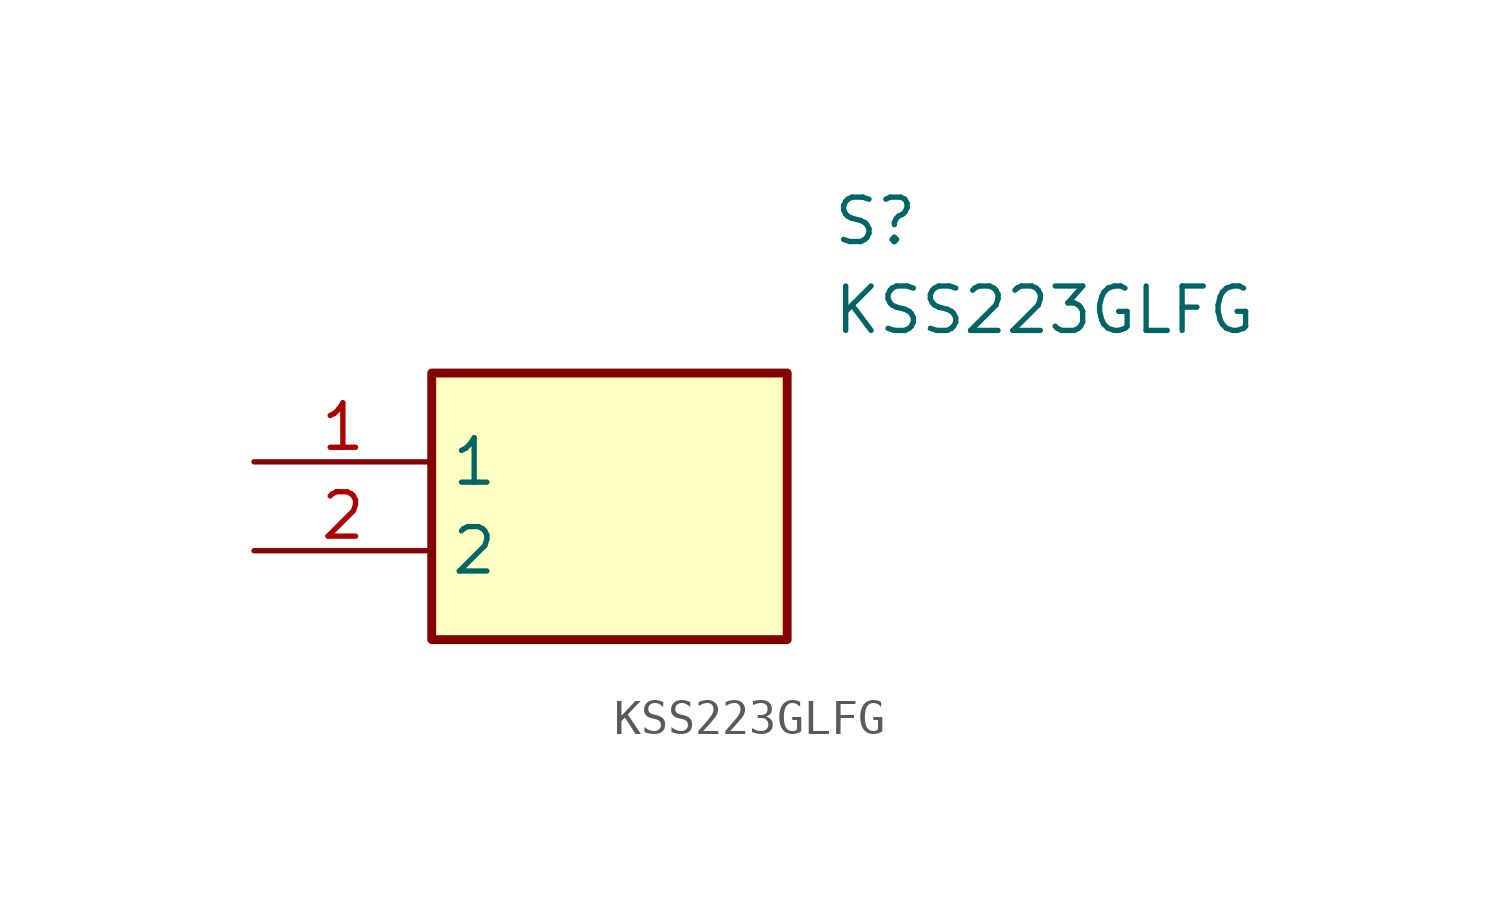
<source format=kicad_sym>
(kicad_symbol_lib
  (version 20211014)
  (generator SamacSys_ECAD_Model)
  (symbol "KSS223GLFG"
    (property "Reference" "S"
      (at 16.51 7.62 0)
      (effects (font (size 1.27 1.27)) (justify left top)))
    (property "Value" "KSS223GLFG"
      (at 16.51 5.08 0)
      (effects (font (size 1.27 1.27)) (justify left top)))
    (rectangle
      (start 5.08 2.54)
      (end 15.24 -5.08)
      (stroke (width 0.254) (type default))
      (fill (type background)))
    (pin passive line
      (at 0 0 0)
      (length 5.08)
      (name "1" (effects (font (size 1.27 1.27))))
      (number "1" (effects (font (size 1.27 1.27)))))
    (pin passive line
      (at 0 -2.54 0)
      (length 5.08)
      (name "2" (effects (font (size 1.27 1.27))))
      (number "2" (effects (font (size 1.27 1.27)))))))
</source>
